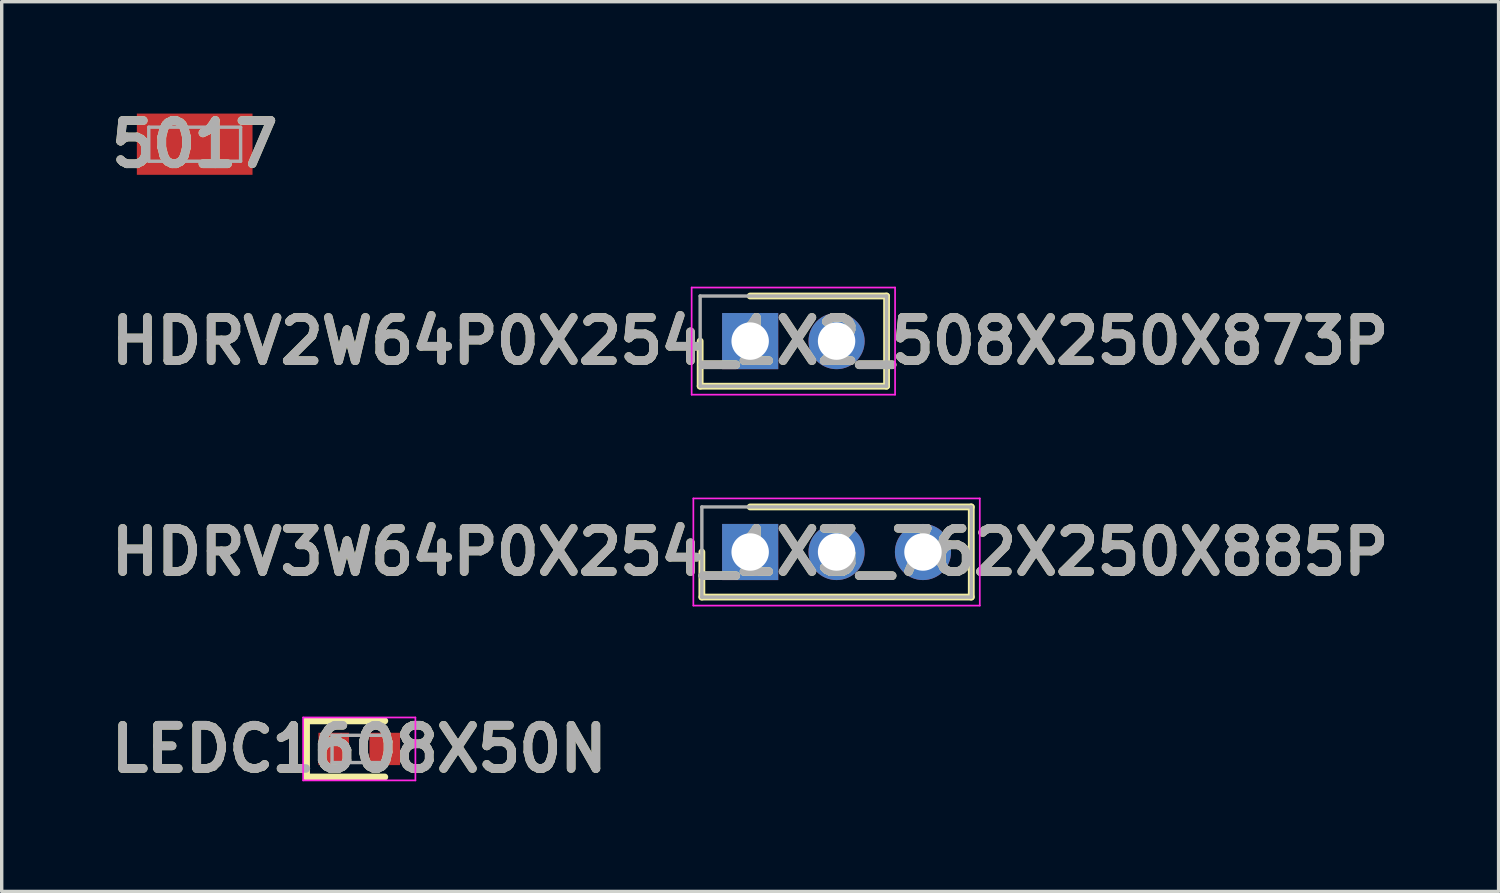
<source format=kicad_pcb>
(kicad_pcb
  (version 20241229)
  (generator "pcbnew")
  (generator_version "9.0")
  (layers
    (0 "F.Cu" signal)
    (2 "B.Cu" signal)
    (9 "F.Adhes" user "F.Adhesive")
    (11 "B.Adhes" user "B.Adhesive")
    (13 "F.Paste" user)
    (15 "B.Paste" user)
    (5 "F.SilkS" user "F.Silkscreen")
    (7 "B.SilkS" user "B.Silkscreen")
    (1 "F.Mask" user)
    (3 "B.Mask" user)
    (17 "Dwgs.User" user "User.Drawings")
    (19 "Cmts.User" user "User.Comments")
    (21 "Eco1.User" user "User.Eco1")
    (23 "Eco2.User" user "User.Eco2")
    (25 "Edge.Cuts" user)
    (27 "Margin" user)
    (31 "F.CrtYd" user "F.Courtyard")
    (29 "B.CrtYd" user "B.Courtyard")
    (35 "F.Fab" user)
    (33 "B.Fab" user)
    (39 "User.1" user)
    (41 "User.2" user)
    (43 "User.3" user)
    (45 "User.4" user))
  (footprint "5017"
    (layer "F.Cu")
    (at 2.673 1.189)
    (property "Reference" "5017" (at 0 0 0) (layer "F.SilkS") (effects (font (size 1.27 1.27) (thickness 0.254))))
    (attr smd)
    (fp_line (start -1.35 -0.5) (end 1.35 -0.5) (stroke (width 0.1) (type solid)) (layer "F.Fab"))
    (fp_line (start -1.35 0.5) (end -1.35 -0.5) (stroke (width 0.1) (type solid)) (layer "F.Fab"))
    (fp_line (start 1.35 -0.5) (end 1.35 0.5) (stroke (width 0.1) (type solid)) (layer "F.Fab"))
    (fp_line (start 1.35 0.5) (end -1.35 0.5) (stroke (width 0.1) (type solid)) (layer "F.Fab"))
    (fp_text user "${REFERENCE}" (at 0 0 0) (layer "F.Fab") (effects (font (size 1.27 1.27) (thickness 0.254))))
    (pad "1" smd rect (at 0 0 90) (size 1.8 3.4) (layers "F.Cu" "F.Mask" "F.Paste")))
  (footprint "LEDC1608X50N"
    (layer "F.Cu")
    (at 7.511 18.966)
    (property "Reference" "LEDC1608X50N" (at 0 0 0) (layer "F.SilkS") (effects (font (size 1.27 1.27) (thickness 0.254))))
    (attr smd)
    (fp_line (start -1.55 -0.825) (end -1.55 0.825) (stroke (width 0.2) (type solid)) (layer "F.SilkS"))
    (fp_line (start -1.55 0.825) (end 0.75 0.825) (stroke (width 0.2) (type solid)) (layer "F.SilkS"))
    (fp_line (start 0.75 -0.825) (end -1.55 -0.825) (stroke (width 0.2) (type solid)) (layer "F.SilkS"))
    (fp_line (start -1.65 -0.925) (end 1.65 -0.925) (stroke (width 0.05) (type solid)) (layer "F.CrtYd"))
    (fp_line (start -1.65 0.925) (end -1.65 -0.925) (stroke (width 0.05) (type solid)) (layer "F.CrtYd"))
    (fp_line (start 1.65 -0.925) (end 1.65 0.925) (stroke (width 0.05) (type solid)) (layer "F.CrtYd"))
    (fp_line (start 1.65 0.925) (end -1.65 0.925) (stroke (width 0.05) (type solid)) (layer "F.CrtYd"))
    (fp_line (start -0.8 -0.4) (end 0.8 -0.4) (stroke (width 0.1) (type solid)) (layer "F.Fab"))
    (fp_line (start -0.8 -0.133) (end -0.533 -0.4) (stroke (width 0.1) (type solid)) (layer "F.Fab"))
    (fp_line (start -0.8 0.4) (end -0.8 -0.4) (stroke (width 0.1) (type solid)) (layer "F.Fab"))
    (fp_line (start 0.8 -0.4) (end 0.8 0.4) (stroke (width 0.1) (type solid)) (layer "F.Fab"))
    (fp_line (start 0.8 0.4) (end -0.8 0.4) (stroke (width 0.1) (type solid)) (layer "F.Fab"))
    (fp_text user "${REFERENCE}" (at 0 0 0) (layer "F.Fab") (effects (font (size 1.27 1.27) (thickness 0.254))))
    (pad "1" smd rect (at -0.75 0) (size 0.9 0.95) (layers "F.Cu" "F.Mask" "F.Paste"))
    (pad "2" smd rect (at 0.75 0) (size 0.9 0.95) (layers "F.Cu" "F.Mask" "F.Paste")))
  (footprint "HDRV2W64P0X254_1X2_508X250X873P"
    (layer "F.Cu")
    (at 19.002 6.977)
    (property "Reference" "HDRV2W64P0X254_1X2_508X250X873P" (at 0 0 0) (layer "F.SilkS") (effects (font (size 1.27 1.27) (thickness 0.254))))
    (attr through_hole)
    (fp_line (start -1.47 0) (end -1.47 1.325) (stroke (width 0.2) (type solid)) (layer "F.SilkS"))
    (fp_line (start -1.47 1.325) (end 4.01 1.325) (stroke (width 0.2) (type solid)) (layer "F.SilkS"))
    (fp_line (start 4.01 -1.325) (end 0 -1.325) (stroke (width 0.2) (type solid)) (layer "F.SilkS"))
    (fp_line (start 4.01 1.325) (end 4.01 -1.325) (stroke (width 0.2) (type solid)) (layer "F.SilkS"))
    (fp_line (start -1.72 -1.575) (end 4.26 -1.575) (stroke (width 0.05) (type solid)) (layer "F.CrtYd"))
    (fp_line (start -1.72 1.575) (end -1.72 -1.575) (stroke (width 0.05) (type solid)) (layer "F.CrtYd"))
    (fp_line (start 4.26 -1.575) (end 4.26 1.575) (stroke (width 0.05) (type solid)) (layer "F.CrtYd"))
    (fp_line (start 4.26 1.575) (end -1.72 1.575) (stroke (width 0.05) (type solid)) (layer "F.CrtYd"))
    (fp_line (start -1.47 -1.325) (end 4.01 -1.325) (stroke (width 0.1) (type solid)) (layer "F.Fab"))
    (fp_line (start -1.47 1.325) (end -1.47 -1.325) (stroke (width 0.1) (type solid)) (layer "F.Fab"))
    (fp_line (start 4.01 -1.325) (end 4.01 1.325) (stroke (width 0.1) (type solid)) (layer "F.Fab"))
    (fp_line (start 4.01 1.325) (end -1.47 1.325) (stroke (width 0.1) (type solid)) (layer "F.Fab"))
    (fp_text user "${REFERENCE}" (at 0 0 0) (layer "F.Fab") (effects (font (size 1.27 1.27) (thickness 0.254))))
    (pad "1" thru_hole rect (at 0 0) (size 1.65 1.65) (drill 1.1) (layers "*.Cu" "*.Mask"))
    (pad "2" thru_hole circle (at 2.54 0) (size 1.65 1.65) (drill 1.1) (layers "*.Cu" "*.Mask")))
  (footprint "HDRV3W64P0X254_1X3_762X250X885P"
    (layer "F.Cu")
    (at 19.002 13.177)
    (property "Reference" "HDRV3W64P0X254_1X3_762X250X885P" (at 0 0 0) (layer "F.SilkS") (effects (font (size 1.27 1.27) (thickness 0.254))))
    (attr through_hole)
    (fp_line (start -1.42 0) (end -1.42 1.325) (stroke (width 0.2) (type solid)) (layer "F.SilkS"))
    (fp_line (start -1.42 1.325) (end 6.5 1.325) (stroke (width 0.2) (type solid)) (layer "F.SilkS"))
    (fp_line (start 6.5 -1.325) (end 0 -1.325) (stroke (width 0.2) (type solid)) (layer "F.SilkS"))
    (fp_line (start 6.5 1.325) (end 6.5 -1.325) (stroke (width 0.2) (type solid)) (layer "F.SilkS"))
    (fp_line (start -1.67 -1.575) (end 6.75 -1.575) (stroke (width 0.05) (type solid)) (layer "F.CrtYd"))
    (fp_line (start -1.67 1.575) (end -1.67 -1.575) (stroke (width 0.05) (type solid)) (layer "F.CrtYd"))
    (fp_line (start 6.75 -1.575) (end 6.75 1.575) (stroke (width 0.05) (type solid)) (layer "F.CrtYd"))
    (fp_line (start 6.75 1.575) (end -1.67 1.575) (stroke (width 0.05) (type solid)) (layer "F.CrtYd"))
    (fp_line (start -1.42 -1.325) (end 6.5 -1.325) (stroke (width 0.1) (type solid)) (layer "F.Fab"))
    (fp_line (start -1.42 1.325) (end -1.42 -1.325) (stroke (width 0.1) (type solid)) (layer "F.Fab"))
    (fp_line (start 6.5 -1.325) (end 6.5 1.325) (stroke (width 0.1) (type solid)) (layer "F.Fab"))
    (fp_line (start 6.5 1.325) (end -1.42 1.325) (stroke (width 0.1) (type solid)) (layer "F.Fab"))
    (fp_text user "${REFERENCE}" (at 0 0 0) (layer "F.Fab") (effects (font (size 1.27 1.27) (thickness 0.254))))
    (pad "1" thru_hole rect (at 0 0) (size 1.65 1.65) (drill 1.1) (layers "*.Cu" "*.Mask"))
    (pad "2" thru_hole circle (at 2.54 0) (size 1.65 1.65) (drill 1.1) (layers "*.Cu" "*.Mask"))
    (pad "3" thru_hole circle (at 5.08 0) (size 1.65 1.65) (drill 1.1) (layers "*.Cu" "*.Mask")))
  (gr_rect
    (start -3 -3)
    (end 41.003 23.155)
    (stroke (width 0.1) (type default))
    (fill no)
    (layer "Edge.Cuts")))
</source>
